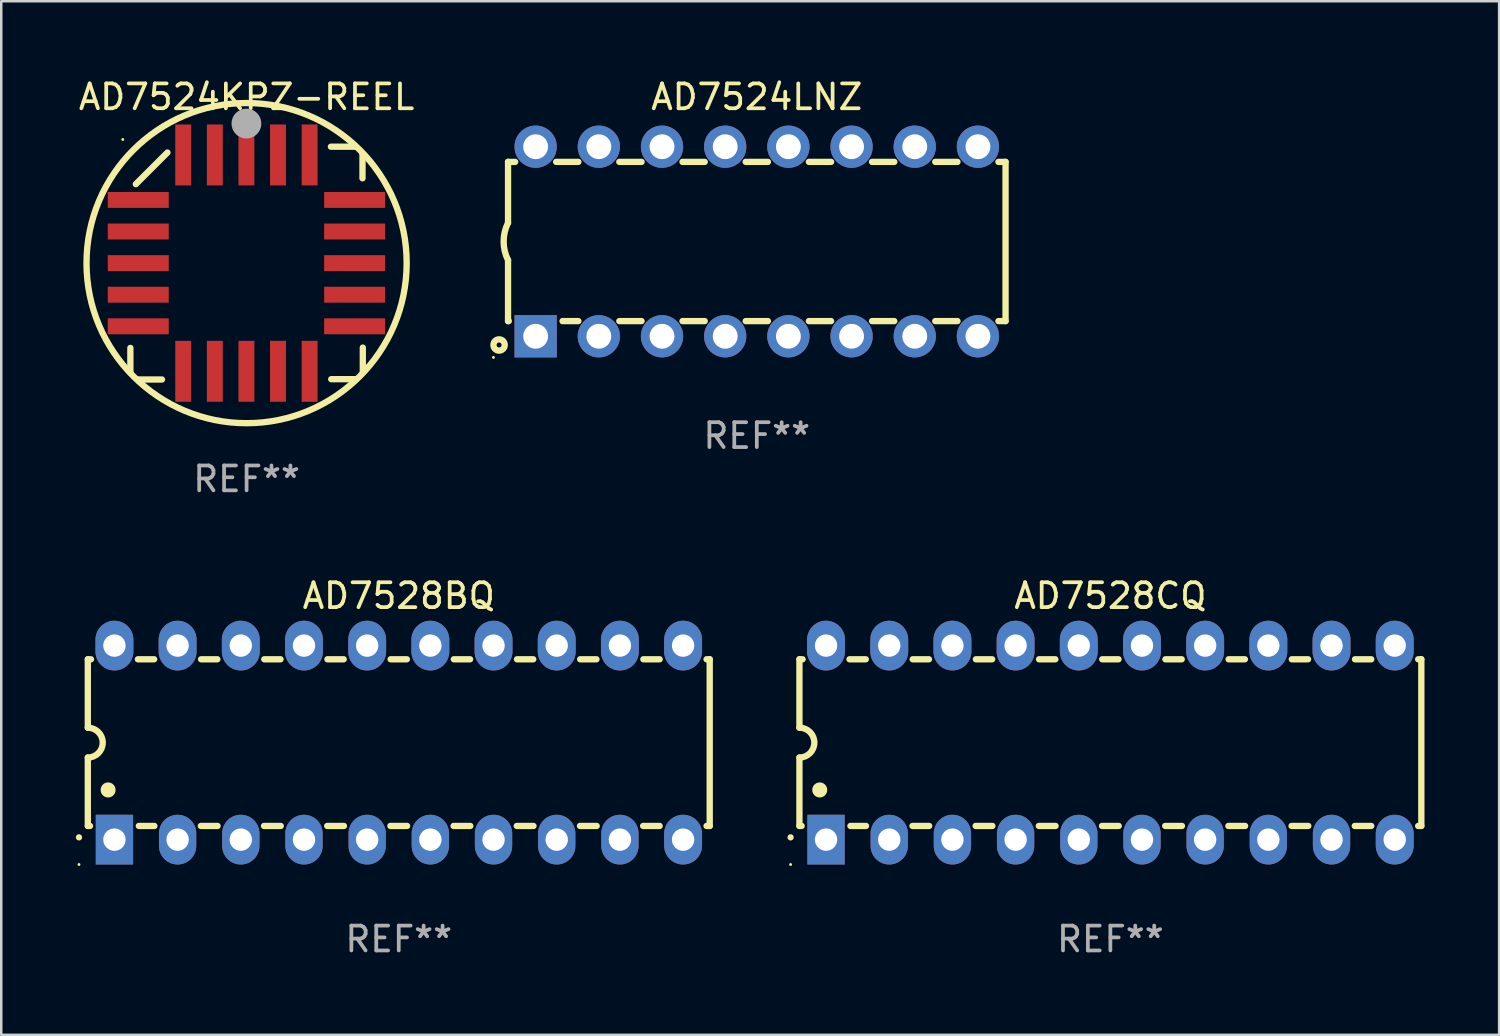
<source format=kicad_pcb>
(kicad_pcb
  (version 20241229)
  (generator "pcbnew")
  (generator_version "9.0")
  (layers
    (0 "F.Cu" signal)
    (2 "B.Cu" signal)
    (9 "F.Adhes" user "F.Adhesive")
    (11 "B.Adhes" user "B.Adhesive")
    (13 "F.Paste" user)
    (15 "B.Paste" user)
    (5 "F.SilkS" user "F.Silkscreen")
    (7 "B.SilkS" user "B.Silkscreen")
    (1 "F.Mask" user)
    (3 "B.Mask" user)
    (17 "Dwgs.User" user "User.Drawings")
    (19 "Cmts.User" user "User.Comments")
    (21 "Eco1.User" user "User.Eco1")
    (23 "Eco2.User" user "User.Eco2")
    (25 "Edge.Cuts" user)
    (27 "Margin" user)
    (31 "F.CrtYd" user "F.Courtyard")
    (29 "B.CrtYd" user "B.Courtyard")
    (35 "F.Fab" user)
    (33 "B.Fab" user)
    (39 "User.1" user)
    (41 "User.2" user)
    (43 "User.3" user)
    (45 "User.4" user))
  (footprint "AD7524KPZ-REEL"
    (layer "F.Cu")
    (at 6.863 7.527)
    (property "Reference" "AD7524KPZ-REEL" (at 0 -6.679 0) (layer "F.SilkS") (effects (font (size 1 1) (thickness 0.15))))
    (attr through_hole)
    (fp_line (start -4.672 4.4) (end -4.672 3.409) (stroke (width 0.254) (type solid)) (layer "F.SilkS"))
    (fp_line (start -4.452 -3.175) (end -3.182 -4.445) (stroke (width 0.254) (type solid)) (layer "F.SilkS"))
    (fp_line (start -4.393 4.679) (end -3.402 4.679) (stroke (width 0.254) (type solid)) (layer "F.SilkS"))
    (fp_line (start 4.379 -4.679) (end 3.389 -4.679) (stroke (width 0.254) (type solid)) (layer "F.SilkS"))
    (fp_line (start 4.393 4.666) (end 3.402 4.666) (stroke (width 0.254) (type solid)) (layer "F.SilkS"))
    (fp_line (start 4.659 -4.4) (end 4.659 -3.409) (stroke (width 0.254) (type solid)) (layer "F.SilkS"))
    (fp_line (start 4.672 4.386) (end 4.672 3.396) (stroke (width 0.254) (type solid)) (layer "F.SilkS"))
    (fp_arc (start -4.672276 4.424968) (mid 4.672254 -4.424946) (end -4.672276 4.424968) (stroke (width 0.254001) (type solid)) (layer "F.SilkS"))
    (fp_arc (start 0.089827 -5.759969) (mid 0.097662 -5.803742) (end 0.120307 -5.842012) (stroke (width 0.249936) (type solid)) (layer "F.SilkS"))
    (fp_circle (center -4.977 -4.97) (end -4.947 -4.97) (stroke (width 0.06) (type solid)) (fill no) (layer "F.SilkS"))
    (fp_circle (center -0.007 -5.61) (end 0.293 -5.61) (stroke (width 0.6) (type solid)) (fill no) (layer "F.Fab"))
    (fp_text user "REF**" (at 0 8.679 0) (layer "F.Fab") (effects (font (size 1 1) (thickness 0.15))))
    (pad "1" smd rect (at -0.007 -4.349) (size 0.64 2.45) (layers "F.Cu" "F.Mask" "F.Paste"))
    (pad "2" smd rect (at -1.277 -4.349) (size 0.64 2.45) (layers "F.Cu" "F.Mask" "F.Paste"))
    (pad "3" smd rect (at -2.547 -4.348) (size 0.64 2.45) (layers "F.Cu" "F.Mask" "F.Paste"))
    (pad "4" smd rect (at -4.355 -2.54) (size 2.45 0.64) (layers "F.Cu" "F.Mask" "F.Paste"))
    (pad "5" smd rect (at -4.355 -1.27) (size 2.45 0.64) (layers "F.Cu" "F.Mask" "F.Paste"))
    (pad "6" smd rect (at -4.355 0) (size 2.45 0.64) (layers "F.Cu" "F.Mask" "F.Paste"))
    (pad "7" smd rect (at -4.355 1.27) (size 2.45 0.64) (layers "F.Cu" "F.Mask" "F.Paste"))
    (pad "8" smd rect (at -4.355 2.54) (size 2.45 0.64) (layers "F.Cu" "F.Mask" "F.Paste"))
    (pad "9" smd rect (at -2.547 4.349) (size 0.64 2.45) (layers "F.Cu" "F.Mask" "F.Paste"))
    (pad "10" smd rect (at -1.277 4.349) (size 0.64 2.45) (layers "F.Cu" "F.Mask" "F.Paste"))
    (pad "11" smd rect (at -0.007 4.349) (size 0.64 2.45) (layers "F.Cu" "F.Mask" "F.Paste"))
    (pad "12" smd rect (at 1.263 4.349) (size 0.64 2.45) (layers "F.Cu" "F.Mask" "F.Paste"))
    (pad "13" smd rect (at 2.533 4.349) (size 0.64 2.45) (layers "F.Cu" "F.Mask" "F.Paste"))
    (pad "14" smd rect (at 4.342 2.54) (size 2.45 0.64) (layers "F.Cu" "F.Mask" "F.Paste"))
    (pad "15" smd rect (at 4.342 1.27) (size 2.45 0.64) (layers "F.Cu" "F.Mask" "F.Paste"))
    (pad "16" smd rect (at 4.342 0) (size 2.45 0.64) (layers "F.Cu" "F.Mask" "F.Paste"))
    (pad "17" smd rect (at 4.342 -1.27) (size 2.45 0.64) (layers "F.Cu" "F.Mask" "F.Paste"))
    (pad "18" smd rect (at 4.342 -2.54) (size 2.45 0.64) (layers "F.Cu" "F.Mask" "F.Paste"))
    (pad "19" smd rect (at 2.533 -4.349) (size 0.64 2.45) (layers "F.Cu" "F.Mask" "F.Paste"))
    (pad "20" smd rect (at 1.263 -4.349) (size 0.64 2.45) (layers "F.Cu" "F.Mask" "F.Paste")))
  (footprint "AD7524LNZ"
    (layer "F.Cu")
    (at 27.373 6.658)
    (property "Reference" "AD7524LNZ" (at 0 -5.81 0) (layer "F.SilkS") (effects (font (size 1 1) (thickness 0.15))))
    (attr through_hole)
    (fp_line (start -10 -3.2) (end -10 -0.75) (stroke (width 0.254) (type solid)) (layer "F.SilkS"))
    (fp_line (start -10 -3.2) (end -9.713 -3.2) (stroke (width 0.254) (type solid)) (layer "F.SilkS"))
    (fp_line (start -10 3.2) (end -10 0.75) (stroke (width 0.254) (type solid)) (layer "F.SilkS"))
    (fp_line (start -10 3.2) (end -9.971 3.2) (stroke (width 0.254) (type solid)) (layer "F.SilkS"))
    (fp_line (start -8.067 -3.2) (end -7.173 -3.2) (stroke (width 0.254) (type solid)) (layer "F.SilkS"))
    (fp_line (start -7.809 3.2) (end -7.173 3.2) (stroke (width 0.254) (type solid)) (layer "F.SilkS"))
    (fp_line (start -5.527 3.2) (end -4.633 3.2) (stroke (width 0.254) (type solid)) (layer "F.SilkS"))
    (fp_line (start -5.527 -3.2) (end -4.633 -3.2) (stroke (width 0.254) (type solid)) (layer "F.SilkS"))
    (fp_line (start -2.987 3.2) (end -2.093 3.2) (stroke (width 0.254) (type solid)) (layer "F.SilkS"))
    (fp_line (start -2.987 -3.2) (end -2.093 -3.2) (stroke (width 0.254) (type solid)) (layer "F.SilkS"))
    (fp_line (start -0.447 3.2) (end 0.447 3.2) (stroke (width 0.254) (type solid)) (layer "F.SilkS"))
    (fp_line (start -0.447 -3.2) (end 0.447 -3.2) (stroke (width 0.254) (type solid)) (layer "F.SilkS"))
    (fp_line (start 2.093 3.2) (end 2.987 3.2) (stroke (width 0.254) (type solid)) (layer "F.SilkS"))
    (fp_line (start 2.093 -3.2) (end 2.987 -3.2) (stroke (width 0.254) (type solid)) (layer "F.SilkS"))
    (fp_line (start 4.633 3.2) (end 5.527 3.2) (stroke (width 0.254) (type solid)) (layer "F.SilkS"))
    (fp_line (start 4.633 -3.2) (end 5.527 -3.2) (stroke (width 0.254) (type solid)) (layer "F.SilkS"))
    (fp_line (start 7.173 3.2) (end 8.067 3.2) (stroke (width 0.254) (type solid)) (layer "F.SilkS"))
    (fp_line (start 7.173 -3.2) (end 8.067 -3.2) (stroke (width 0.254) (type solid)) (layer "F.SilkS"))
    (fp_line (start 9.713 3.2) (end 10 3.2) (stroke (width 0.254) (type solid)) (layer "F.SilkS"))
    (fp_line (start 9.713 -3.2) (end 10 -3.2) (stroke (width 0.254) (type solid)) (layer "F.SilkS"))
    (fp_line (start 10 -3.2) (end 10 3.2) (stroke (width 0.254) (type solid)) (layer "F.SilkS"))
    (fp_arc (start -10 0.748793) (mid -10.176918 -0.000607) (end -10.000025 -0.750013) (stroke (width 0.254001) (type solid)) (layer "F.SilkS"))
    (fp_circle (center -10.587 4.66) (end -10.557 4.66) (stroke (width 0.06) (type solid)) (fill no) (layer "F.SilkS"))
    (fp_circle (center -10.36 4.16) (end -10.26 4.16) (stroke (width 0.254) (type solid)) (fill no) (layer "F.SilkS"))
    (fp_text user "REF**" (at 0 7.81 0) (layer "F.Fab") (effects (font (size 1 1) (thickness 0.15))))
    (pad "1" thru_hole rect (at -8.89 3.81 90) (size 1.7 1.7) (drill 1) (layers "*.Cu" "*.Mask"))
    (pad "2" thru_hole circle (at -6.35 3.81) (size 1.7 1.7) (drill 1) (layers "*.Cu" "*.Mask"))
    (pad "3" thru_hole circle (at -3.81 3.81) (size 1.7 1.7) (drill 1) (layers "*.Cu" "*.Mask"))
    (pad "4" thru_hole circle (at -1.27 3.81) (size 1.7 1.7) (drill 1) (layers "*.Cu" "*.Mask"))
    (pad "5" thru_hole circle (at 1.27 3.81) (size 1.7 1.7) (drill 1) (layers "*.Cu" "*.Mask"))
    (pad "6" thru_hole circle (at 3.81 3.81) (size 1.7 1.7) (drill 1) (layers "*.Cu" "*.Mask"))
    (pad "7" thru_hole circle (at 6.35 3.81) (size 1.7 1.7) (drill 1) (layers "*.Cu" "*.Mask"))
    (pad "8" thru_hole circle (at 8.89 3.81) (size 1.7 1.7) (drill 1) (layers "*.Cu" "*.Mask"))
    (pad "9" thru_hole circle (at 8.89 -3.81) (size 1.7 1.7) (drill 1) (layers "*.Cu" "*.Mask"))
    (pad "10" thru_hole circle (at 6.35 -3.81) (size 1.7 1.7) (drill 1) (layers "*.Cu" "*.Mask"))
    (pad "11" thru_hole circle (at 3.81 -3.81) (size 1.7 1.7) (drill 1) (layers "*.Cu" "*.Mask"))
    (pad "12" thru_hole circle (at 1.27 -3.81) (size 1.7 1.7) (drill 1) (layers "*.Cu" "*.Mask"))
    (pad "13" thru_hole circle (at -1.27 -3.81) (size 1.7 1.7) (drill 1) (layers "*.Cu" "*.Mask"))
    (pad "14" thru_hole circle (at -3.81 -3.81) (size 1.7 1.7) (drill 1) (layers "*.Cu" "*.Mask"))
    (pad "15" thru_hole circle (at -6.35 -3.81) (size 1.7 1.7) (drill 1) (layers "*.Cu" "*.Mask"))
    (pad "16" thru_hole circle (at -8.89 -3.81) (size 1.7 1.7) (drill 1) (layers "*.Cu" "*.Mask")))
  (footprint "AD7528CQ"
    (layer "F.Cu")
    (at 41.587 26.803)
    (property "Reference" "AD7528CQ" (at 0 -5.9 0) (layer "F.SilkS") (effects (font (size 1 1) (thickness 0.15))))
    (attr through_hole)
    (fp_line (start -12.5 -3.35) (end -12.373 -3.35) (stroke (width 0.254) (type solid)) (layer "F.SilkS"))
    (fp_line (start -12.5 -0.6) (end -12.5 -3.35) (stroke (width 0.254) (type solid)) (layer "F.SilkS"))
    (fp_line (start -12.5 3.35) (end -12.5 0.6) (stroke (width 0.254) (type solid)) (layer "F.SilkS"))
    (fp_line (start -12.5 3.35) (end -12.411 3.35) (stroke (width 0.254) (type solid)) (layer "F.SilkS"))
    (fp_line (start -10.487 -3.35) (end -9.833 -3.35) (stroke (width 0.254) (type solid)) (layer "F.SilkS"))
    (fp_line (start -10.449 3.35) (end -9.824 3.35) (stroke (width 0.254) (type solid)) (layer "F.SilkS"))
    (fp_line (start -7.956 3.35) (end -7.284 3.35) (stroke (width 0.254) (type solid)) (layer "F.SilkS"))
    (fp_line (start -7.947 -3.35) (end -7.293 -3.35) (stroke (width 0.254) (type solid)) (layer "F.SilkS"))
    (fp_line (start -5.416 3.35) (end -4.744 3.35) (stroke (width 0.254) (type solid)) (layer "F.SilkS"))
    (fp_line (start -5.407 -3.35) (end -4.753 -3.35) (stroke (width 0.254) (type solid)) (layer "F.SilkS"))
    (fp_line (start -2.876 3.35) (end -2.204 3.35) (stroke (width 0.254) (type solid)) (layer "F.SilkS"))
    (fp_line (start -2.867 -3.35) (end -2.213 -3.35) (stroke (width 0.254) (type solid)) (layer "F.SilkS"))
    (fp_line (start -0.336 3.35) (end 0.336 3.35) (stroke (width 0.254) (type solid)) (layer "F.SilkS"))
    (fp_line (start -0.327 -3.35) (end 0.327 -3.35) (stroke (width 0.254) (type solid)) (layer "F.SilkS"))
    (fp_line (start 2.204 3.35) (end 2.876 3.35) (stroke (width 0.254) (type solid)) (layer "F.SilkS"))
    (fp_line (start 2.213 -3.35) (end 2.867 -3.35) (stroke (width 0.254) (type solid)) (layer "F.SilkS"))
    (fp_line (start 4.744 3.35) (end 5.416 3.35) (stroke (width 0.254) (type solid)) (layer "F.SilkS"))
    (fp_line (start 4.753 -3.35) (end 5.407 -3.35) (stroke (width 0.254) (type solid)) (layer "F.SilkS"))
    (fp_line (start 7.284 3.35) (end 7.956 3.35) (stroke (width 0.254) (type solid)) (layer "F.SilkS"))
    (fp_line (start 7.293 -3.35) (end 7.947 -3.35) (stroke (width 0.254) (type solid)) (layer "F.SilkS"))
    (fp_line (start 9.824 3.35) (end 10.487 3.35) (stroke (width 0.254) (type solid)) (layer "F.SilkS"))
    (fp_line (start 9.833 -3.35) (end 10.487 -3.35) (stroke (width 0.254) (type solid)) (layer "F.SilkS"))
    (fp_line (start 12.373 -3.35) (end 12.5 -3.35) (stroke (width 0.254) (type solid)) (layer "F.SilkS"))
    (fp_line (start 12.373 3.35) (end 12.5 3.35) (stroke (width 0.254) (type solid)) (layer "F.SilkS"))
    (fp_line (start 12.5 -3.35) (end 12.5 3.35) (stroke (width 0.254) (type solid)) (layer "F.SilkS"))
    (fp_arc (start -12.854966 3.810008) (mid -12.854973 3.808738) (end -12.854966 3.807468) (stroke (width 0.25) (type solid)) (layer "F.SilkS"))
    (fp_arc (start -12.500127 -0.599442) (mid -11.900406 0.000228) (end -12.500025 0.6) (stroke (width 0.254001) (type solid)) (layer "F.SilkS"))
    (fp_arc (start -11.684023 1.905004) (mid -11.684034 1.902464) (end -11.684023 1.899924) (stroke (width 0.6) (type solid)) (layer "F.SilkS"))
    (fp_circle (center -12.855 4.9) (end -12.825 4.9) (stroke (width 0.06) (type solid)) (fill no) (layer "F.SilkS"))
    (fp_text user "REF**" (at 0 7.9 0) (layer "F.Fab") (effects (font (size 1 1) (thickness 0.15))))
    (pad "1" thru_hole rect (at -11.43 3.9 90) (size 2 1.5) (drill 0.9) (layers "*.Cu" "*.Mask"))
    (pad "2" thru_hole oval (at -8.89 3.9 90) (size 2 1.5) (drill 0.9) (layers "*.Cu" "*.Mask"))
    (pad "3" thru_hole oval (at -6.35 3.9 90) (size 2 1.5) (drill 0.9) (layers "*.Cu" "*.Mask"))
    (pad "4" thru_hole oval (at -3.81 3.9 90) (size 2 1.5) (drill 0.9) (layers "*.Cu" "*.Mask"))
    (pad "5" thru_hole oval (at -1.27 3.9 90) (size 2 1.5) (drill 0.9) (layers "*.Cu" "*.Mask"))
    (pad "6" thru_hole oval (at 1.27 3.9 90) (size 2 1.5) (drill 0.9) (layers "*.Cu" "*.Mask"))
    (pad "7" thru_hole oval (at 3.81 3.9 90) (size 2 1.5) (drill 0.9) (layers "*.Cu" "*.Mask"))
    (pad "8" thru_hole oval (at 6.35 3.9 90) (size 2 1.5) (drill 0.9) (layers "*.Cu" "*.Mask"))
    (pad "9" thru_hole oval (at 8.89 3.9 90) (size 2 1.5) (drill 0.9) (layers "*.Cu" "*.Mask"))
    (pad "10" thru_hole oval (at 11.43 3.9 90) (size 2 1.524) (drill 0.9) (layers "*.Cu" "*.Mask"))
    (pad "11" thru_hole oval (at 11.43 -3.9 90) (size 2 1.524) (drill 0.9) (layers "*.Cu" "*.Mask"))
    (pad "12" thru_hole oval (at 8.89 -3.9 90) (size 2 1.524) (drill 0.9) (layers "*.Cu" "*.Mask"))
    (pad "13" thru_hole oval (at 6.35 -3.9 90) (size 2 1.524) (drill 0.9) (layers "*.Cu" "*.Mask"))
    (pad "14" thru_hole oval (at 3.81 -3.9 90) (size 2 1.524) (drill 0.9) (layers "*.Cu" "*.Mask"))
    (pad "15" thru_hole oval (at 1.27 -3.9 90) (size 2 1.524) (drill 0.9) (layers "*.Cu" "*.Mask"))
    (pad "16" thru_hole oval (at -1.27 -3.9 90) (size 2 1.524) (drill 0.9) (layers "*.Cu" "*.Mask"))
    (pad "17" thru_hole oval (at -3.81 -3.9 90) (size 2 1.524) (drill 0.9) (layers "*.Cu" "*.Mask"))
    (pad "18" thru_hole oval (at -6.35 -3.9 90) (size 2 1.524) (drill 0.9) (layers "*.Cu" "*.Mask"))
    (pad "19" thru_hole oval (at -8.89 -3.9 90) (size 2 1.524) (drill 0.9) (layers "*.Cu" "*.Mask"))
    (pad "20" thru_hole oval (at -11.43 -3.9 90) (size 2 1.524) (drill 0.9) (layers "*.Cu" "*.Mask")))
  (footprint "AD7528BQ"
    (layer "F.Cu")
    (at 12.98 26.803)
    (property "Reference" "AD7528BQ" (at 0 -5.9 0) (layer "F.SilkS") (effects (font (size 1 1) (thickness 0.15))))
    (attr through_hole)
    (fp_line (start -12.5 -3.35) (end -12.373 -3.35) (stroke (width 0.254) (type solid)) (layer "F.SilkS"))
    (fp_line (start -12.5 -0.6) (end -12.5 -3.35) (stroke (width 0.254) (type solid)) (layer "F.SilkS"))
    (fp_line (start -12.5 3.35) (end -12.5 0.6) (stroke (width 0.254) (type solid)) (layer "F.SilkS"))
    (fp_line (start -12.5 3.35) (end -12.411 3.35) (stroke (width 0.254) (type solid)) (layer "F.SilkS"))
    (fp_line (start -10.487 -3.35) (end -9.833 -3.35) (stroke (width 0.254) (type solid)) (layer "F.SilkS"))
    (fp_line (start -10.449 3.35) (end -9.824 3.35) (stroke (width 0.254) (type solid)) (layer "F.SilkS"))
    (fp_line (start -7.956 3.35) (end -7.284 3.35) (stroke (width 0.254) (type solid)) (layer "F.SilkS"))
    (fp_line (start -7.947 -3.35) (end -7.293 -3.35) (stroke (width 0.254) (type solid)) (layer "F.SilkS"))
    (fp_line (start -5.416 3.35) (end -4.744 3.35) (stroke (width 0.254) (type solid)) (layer "F.SilkS"))
    (fp_line (start -5.407 -3.35) (end -4.753 -3.35) (stroke (width 0.254) (type solid)) (layer "F.SilkS"))
    (fp_line (start -2.876 3.35) (end -2.204 3.35) (stroke (width 0.254) (type solid)) (layer "F.SilkS"))
    (fp_line (start -2.867 -3.35) (end -2.213 -3.35) (stroke (width 0.254) (type solid)) (layer "F.SilkS"))
    (fp_line (start -0.336 3.35) (end 0.336 3.35) (stroke (width 0.254) (type solid)) (layer "F.SilkS"))
    (fp_line (start -0.327 -3.35) (end 0.327 -3.35) (stroke (width 0.254) (type solid)) (layer "F.SilkS"))
    (fp_line (start 2.204 3.35) (end 2.876 3.35) (stroke (width 0.254) (type solid)) (layer "F.SilkS"))
    (fp_line (start 2.213 -3.35) (end 2.867 -3.35) (stroke (width 0.254) (type solid)) (layer "F.SilkS"))
    (fp_line (start 4.744 3.35) (end 5.416 3.35) (stroke (width 0.254) (type solid)) (layer "F.SilkS"))
    (fp_line (start 4.753 -3.35) (end 5.407 -3.35) (stroke (width 0.254) (type solid)) (layer "F.SilkS"))
    (fp_line (start 7.284 3.35) (end 7.956 3.35) (stroke (width 0.254) (type solid)) (layer "F.SilkS"))
    (fp_line (start 7.293 -3.35) (end 7.947 -3.35) (stroke (width 0.254) (type solid)) (layer "F.SilkS"))
    (fp_line (start 9.824 3.35) (end 10.487 3.35) (stroke (width 0.254) (type solid)) (layer "F.SilkS"))
    (fp_line (start 9.833 -3.35) (end 10.487 -3.35) (stroke (width 0.254) (type solid)) (layer "F.SilkS"))
    (fp_line (start 12.373 -3.35) (end 12.5 -3.35) (stroke (width 0.254) (type solid)) (layer "F.SilkS"))
    (fp_line (start 12.373 3.35) (end 12.5 3.35) (stroke (width 0.254) (type solid)) (layer "F.SilkS"))
    (fp_line (start 12.5 -3.35) (end 12.5 3.35) (stroke (width 0.254) (type solid)) (layer "F.SilkS"))
    (fp_arc (start -12.854966 3.810008) (mid -12.854973 3.808738) (end -12.854966 3.807468) (stroke (width 0.25) (type solid)) (layer "F.SilkS"))
    (fp_arc (start -12.500127 -0.599442) (mid -11.900406 0.000228) (end -12.500025 0.6) (stroke (width 0.254001) (type solid)) (layer "F.SilkS"))
    (fp_arc (start -11.684023 1.905004) (mid -11.684034 1.902464) (end -11.684023 1.899924) (stroke (width 0.6) (type solid)) (layer "F.SilkS"))
    (fp_circle (center -12.855 4.9) (end -12.825 4.9) (stroke (width 0.06) (type solid)) (fill no) (layer "F.SilkS"))
    (fp_text user "REF**" (at 0 7.9 0) (layer "F.Fab") (effects (font (size 1 1) (thickness 0.15))))
    (pad "1" thru_hole rect (at -11.43 3.9 90) (size 2 1.5) (drill 0.9) (layers "*.Cu" "*.Mask"))
    (pad "2" thru_hole oval (at -8.89 3.9 90) (size 2 1.5) (drill 0.9) (layers "*.Cu" "*.Mask"))
    (pad "3" thru_hole oval (at -6.35 3.9 90) (size 2 1.5) (drill 0.9) (layers "*.Cu" "*.Mask"))
    (pad "4" thru_hole oval (at -3.81 3.9 90) (size 2 1.5) (drill 0.9) (layers "*.Cu" "*.Mask"))
    (pad "5" thru_hole oval (at -1.27 3.9 90) (size 2 1.5) (drill 0.9) (layers "*.Cu" "*.Mask"))
    (pad "6" thru_hole oval (at 1.27 3.9 90) (size 2 1.5) (drill 0.9) (layers "*.Cu" "*.Mask"))
    (pad "7" thru_hole oval (at 3.81 3.9 90) (size 2 1.5) (drill 0.9) (layers "*.Cu" "*.Mask"))
    (pad "8" thru_hole oval (at 6.35 3.9 90) (size 2 1.5) (drill 0.9) (layers "*.Cu" "*.Mask"))
    (pad "9" thru_hole oval (at 8.89 3.9 90) (size 2 1.5) (drill 0.9) (layers "*.Cu" "*.Mask"))
    (pad "10" thru_hole oval (at 11.43 3.9 90) (size 2 1.524) (drill 0.9) (layers "*.Cu" "*.Mask"))
    (pad "11" thru_hole oval (at 11.43 -3.9 90) (size 2 1.524) (drill 0.9) (layers "*.Cu" "*.Mask"))
    (pad "12" thru_hole oval (at 8.89 -3.9 90) (size 2 1.524) (drill 0.9) (layers "*.Cu" "*.Mask"))
    (pad "13" thru_hole oval (at 6.35 -3.9 90) (size 2 1.524) (drill 0.9) (layers "*.Cu" "*.Mask"))
    (pad "14" thru_hole oval (at 3.81 -3.9 90) (size 2 1.524) (drill 0.9) (layers "*.Cu" "*.Mask"))
    (pad "15" thru_hole oval (at 1.27 -3.9 90) (size 2 1.524) (drill 0.9) (layers "*.Cu" "*.Mask"))
    (pad "16" thru_hole oval (at -1.27 -3.9 90) (size 2 1.524) (drill 0.9) (layers "*.Cu" "*.Mask"))
    (pad "17" thru_hole oval (at -3.81 -3.9 90) (size 2 1.524) (drill 0.9) (layers "*.Cu" "*.Mask"))
    (pad "18" thru_hole oval (at -6.35 -3.9 90) (size 2 1.524) (drill 0.9) (layers "*.Cu" "*.Mask"))
    (pad "19" thru_hole oval (at -8.89 -3.9 90) (size 2 1.524) (drill 0.9) (layers "*.Cu" "*.Mask"))
    (pad "20" thru_hole oval (at -11.43 -3.9 90) (size 2 1.524) (drill 0.9) (layers "*.Cu" "*.Mask")))
  (gr_rect
    (start -3 -3)
    (end 57.214 38.551)
    (stroke (width 0.1) (type default))
    (fill no)
    (layer "Edge.Cuts")))
</source>
